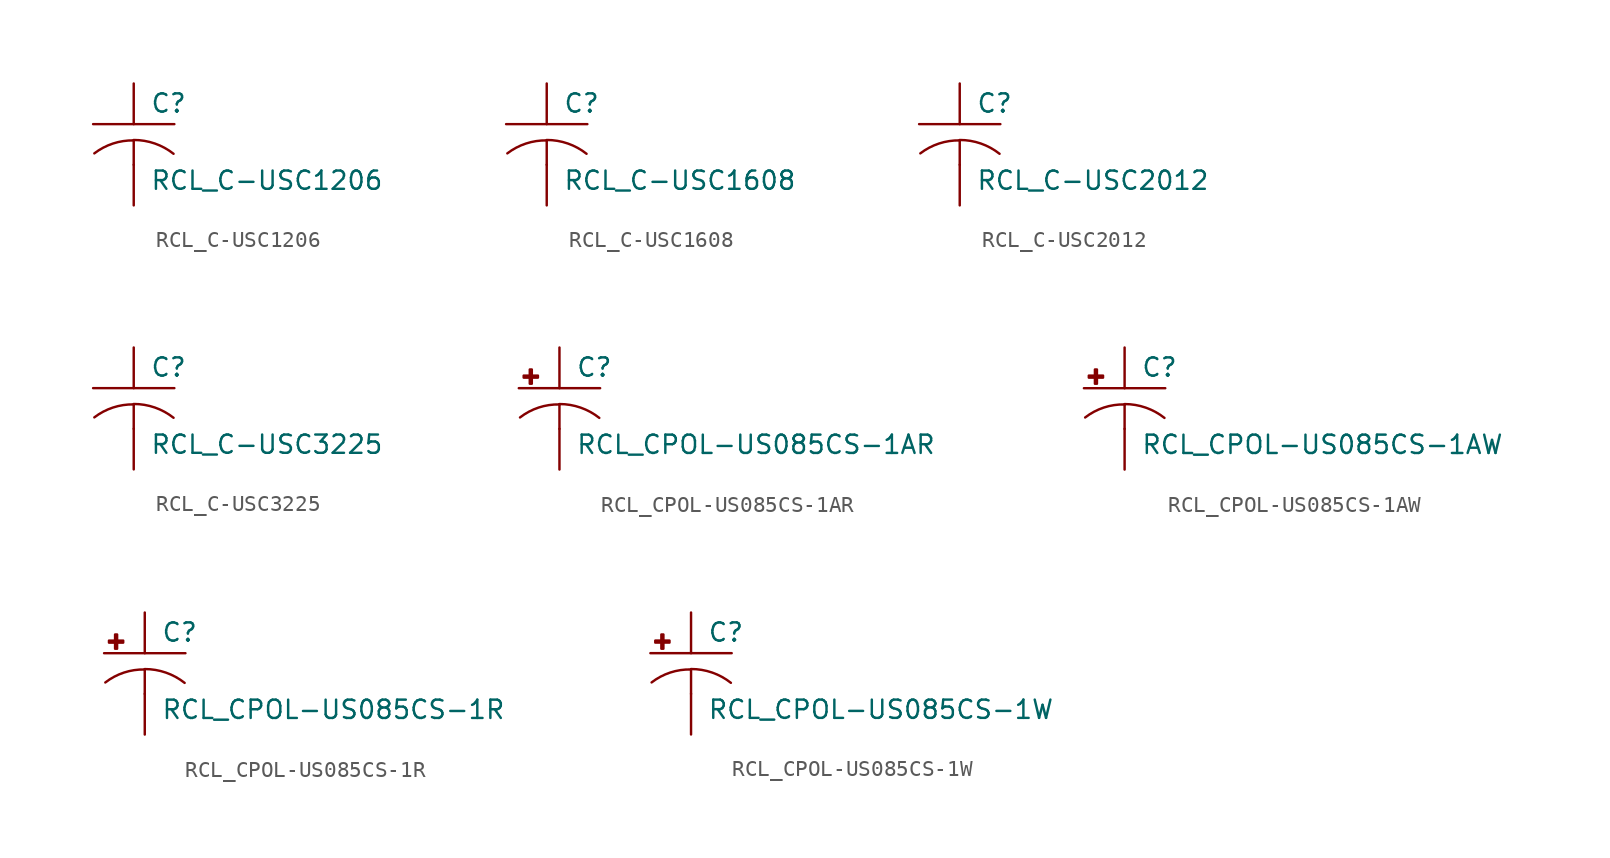
<source format=kicad_sym>
(kicad_symbol_lib
  (version 20210619)
  (generator kicad_symbol_editor)
  (symbol "RCL_C-USC1206"
    (pin_numbers hide)
    (pin_names
      (offset 1.016) hide)
    (property "Reference" "C"
      (at 1.016 0.635 0)
      (effects (font (size 1.143 1.143)) (justify left bottom)))
    (property "Value" "RCL_C-USC1206"
      (at 1.016 -4.191 0)
      (effects (font (size 1.143 1.143)) (justify left bottom)))
    (property "ki_locked" ""
      (at 0 0 0)
      (effects (font (size 1.27 1.27))))
    (symbol "RCL_C-USC1206_1_0"
      (polyline (pts (xy -2.54 0) (xy 2.54 0)) (stroke (width 0)) (fill (type none)))
      (polyline (pts (xy 0 -1.016) (xy 0 -2.54)) (stroke (width 0)) (fill (type none)))
      (polyline (pts (xy 0 -1.016) (xy 0 -1.016)) (stroke (width 0)) (fill (type none))))
    (symbol "RCL_C-USC1206_1_1"
      (arc (start 0 -1.016) (end -2.4638 -1.8288) (radius (at 0 -5.08) (length 4.0386) (angles 90.1 127.3)) (stroke (width 0)) (fill (type none)))
      (arc (start 2.4892 -1.8542) (end 0 -0.9906) (radius (at 0 -5.0292) (length 4.0386) (angles 52.3 89.9)) (stroke (width 0)) (fill (type none)))
      (pin passive line (at 0 2.54 270) (length 2.54) (name "1" (effects (font (size 1.016 1.016)))) (number "1" (effects (font (size 1.016 1.016)))))
      (pin passive line (at 0 -5.08 90) (length 2.54) (name "2" (effects (font (size 1.016 1.016)))) (number "2" (effects (font (size 1.016 1.016)))))))
  (symbol "RCL_C-USC1608"
    (pin_numbers hide)
    (pin_names
      (offset 1.016) hide)
    (property "Reference" "C"
      (at 1.016 0.635 0)
      (effects (font (size 1.143 1.143)) (justify left bottom)))
    (property "Value" "RCL_C-USC1608"
      (at 1.016 -4.191 0)
      (effects (font (size 1.143 1.143)) (justify left bottom)))
    (property "ki_locked" ""
      (at 0 0 0)
      (effects (font (size 1.27 1.27))))
    (symbol "RCL_C-USC1608_1_0"
      (polyline (pts (xy -2.54 0) (xy 2.54 0)) (stroke (width 0)) (fill (type none)))
      (polyline (pts (xy 0 -1.016) (xy 0 -2.54)) (stroke (width 0)) (fill (type none)))
      (polyline (pts (xy 0 -1.016) (xy 0 -1.016)) (stroke (width 0)) (fill (type none))))
    (symbol "RCL_C-USC1608_1_1"
      (arc (start 0 -1.016) (end -2.4638 -1.8288) (radius (at 0 -5.08) (length 4.0386) (angles 90.1 127.3)) (stroke (width 0)) (fill (type none)))
      (arc (start 2.4892 -1.8542) (end 0 -0.9906) (radius (at 0 -5.0292) (length 4.0386) (angles 52.3 89.9)) (stroke (width 0)) (fill (type none)))
      (pin passive line (at 0 2.54 270) (length 2.54) (name "1" (effects (font (size 1.016 1.016)))) (number "1" (effects (font (size 1.016 1.016)))))
      (pin passive line (at 0 -5.08 90) (length 2.54) (name "2" (effects (font (size 1.016 1.016)))) (number "2" (effects (font (size 1.016 1.016)))))))
  (symbol "RCL_C-USC2012"
    (pin_numbers hide)
    (pin_names
      (offset 1.016) hide)
    (property "Reference" "C"
      (at 1.016 0.635 0)
      (effects (font (size 1.143 1.143)) (justify left bottom)))
    (property "Value" "RCL_C-USC2012"
      (at 1.016 -4.191 0)
      (effects (font (size 1.143 1.143)) (justify left bottom)))
    (property "ki_locked" ""
      (at 0 0 0)
      (effects (font (size 1.27 1.27))))
    (symbol "RCL_C-USC2012_1_0"
      (polyline (pts (xy -2.54 0) (xy 2.54 0)) (stroke (width 0)) (fill (type none)))
      (polyline (pts (xy 0 -1.016) (xy 0 -2.54)) (stroke (width 0)) (fill (type none)))
      (polyline (pts (xy 0 -1.016) (xy 0 -1.016)) (stroke (width 0)) (fill (type none))))
    (symbol "RCL_C-USC2012_1_1"
      (arc (start 0 -1.016) (end -2.4638 -1.8288) (radius (at 0 -5.08) (length 4.0386) (angles 90.1 127.3)) (stroke (width 0)) (fill (type none)))
      (arc (start 2.4892 -1.8542) (end 0 -0.9906) (radius (at 0 -5.0292) (length 4.0386) (angles 52.3 89.9)) (stroke (width 0)) (fill (type none)))
      (pin passive line (at 0 2.54 270) (length 2.54) (name "1" (effects (font (size 1.016 1.016)))) (number "1" (effects (font (size 1.016 1.016)))))
      (pin passive line (at 0 -5.08 90) (length 2.54) (name "2" (effects (font (size 1.016 1.016)))) (number "2" (effects (font (size 1.016 1.016)))))))
  (symbol "RCL_C-USC3225"
    (pin_numbers hide)
    (pin_names
      (offset 1.016) hide)
    (property "Reference" "C"
      (at 1.016 0.635 0)
      (effects (font (size 1.143 1.143)) (justify left bottom)))
    (property "Value" "RCL_C-USC3225"
      (at 1.016 -4.191 0)
      (effects (font (size 1.143 1.143)) (justify left bottom)))
    (property "ki_locked" ""
      (at 0 0 0)
      (effects (font (size 1.27 1.27))))
    (symbol "RCL_C-USC3225_1_0"
      (polyline (pts (xy -2.54 0) (xy 2.54 0)) (stroke (width 0)) (fill (type none)))
      (polyline (pts (xy 0 -1.016) (xy 0 -2.54)) (stroke (width 0)) (fill (type none)))
      (polyline (pts (xy 0 -1.016) (xy 0 -1.016)) (stroke (width 0)) (fill (type none))))
    (symbol "RCL_C-USC3225_1_1"
      (arc (start 0 -1.016) (end -2.4638 -1.8288) (radius (at 0 -5.08) (length 4.0386) (angles 90.1 127.3)) (stroke (width 0)) (fill (type none)))
      (arc (start 2.4892 -1.8542) (end 0 -0.9906) (radius (at 0 -5.0292) (length 4.0386) (angles 52.3 89.9)) (stroke (width 0)) (fill (type none)))
      (pin passive line (at 0 2.54 270) (length 2.54) (name "1" (effects (font (size 1.016 1.016)))) (number "1" (effects (font (size 1.016 1.016)))))
      (pin passive line (at 0 -5.08 90) (length 2.54) (name "2" (effects (font (size 1.016 1.016)))) (number "2" (effects (font (size 1.016 1.016)))))))
  (symbol "RCL_CPOL-US085CS-1AR"
    (pin_numbers hide)
    (pin_names
      (offset 1.016) hide)
    (property "Reference" "C"
      (at 1.016 0.635 0)
      (effects (font (size 1.143 1.143)) (justify left bottom)))
    (property "Value" "RCL_CPOL-US085CS-1AR"
      (at 1.016 -4.191 0)
      (effects (font (size 1.143 1.143)) (justify left bottom)))
    (property "ki_locked" ""
      (at 0 0 0)
      (effects (font (size 1.27 1.27))))
    (symbol "RCL_CPOL-US085CS-1AR_1_0"
      (polyline (pts (xy -2.54 0) (xy 2.54 0)) (stroke (width 0)) (fill (type none)))
      (polyline (pts (xy 0 -1.016) (xy 0 -2.54)) (stroke (width 0)) (fill (type none)))
      (polyline (pts (xy 0 -1.016) (xy 0 -1.016)) (stroke (width 0)) (fill (type none))))
    (symbol "RCL_CPOL-US085CS-1AR_1_1"
      (arc (start 0 -1.016) (end -2.4638 -1.8288) (radius (at 0 -5.0546) (length 4.0386) (angles 90.1 127.3)) (stroke (width 0)) (fill (type none)))
      (arc (start 2.4892 -1.8542) (end 0 -0.9906) (radius (at 0 -5.0292) (length 4.0386) (angles 52.3 89.9)) (stroke (width 0)) (fill (type none)))
      (rectangle (start -2.235 0.66) (end -1.346 0.787) (stroke (width 0)) (fill (type outline)))
      (rectangle (start -1.854 0.279) (end -1.727 1.168) (stroke (width 0)) (fill (type outline)))
      (pin passive line (at 0 2.54 270) (length 2.54) (name "+" (effects (font (size 1.016 1.016)))) (number "+" (effects (font (size 1.016 1.016)))))
      (pin passive line (at 0 -5.08 90) (length 2.54) (name "-" (effects (font (size 1.016 1.016)))) (number "-" (effects (font (size 1.016 1.016)))))))
  (symbol "RCL_CPOL-US085CS-1AW"
    (pin_numbers hide)
    (pin_names
      (offset 1.016) hide)
    (property "Reference" "C"
      (at 1.016 0.635 0)
      (effects (font (size 1.143 1.143)) (justify left bottom)))
    (property "Value" "RCL_CPOL-US085CS-1AW"
      (at 1.016 -4.191 0)
      (effects (font (size 1.143 1.143)) (justify left bottom)))
    (property "ki_locked" ""
      (at 0 0 0)
      (effects (font (size 1.27 1.27))))
    (symbol "RCL_CPOL-US085CS-1AW_1_0"
      (polyline (pts (xy -2.54 0) (xy 2.54 0)) (stroke (width 0)) (fill (type none)))
      (polyline (pts (xy 0 -1.016) (xy 0 -2.54)) (stroke (width 0)) (fill (type none)))
      (polyline (pts (xy 0 -1.016) (xy 0 -1.016)) (stroke (width 0)) (fill (type none))))
    (symbol "RCL_CPOL-US085CS-1AW_1_1"
      (arc (start 0 -1.016) (end -2.4638 -1.8288) (radius (at 0 -5.0546) (length 4.0386) (angles 90.1 127.3)) (stroke (width 0)) (fill (type none)))
      (arc (start 2.4892 -1.8542) (end 0 -0.9906) (radius (at 0 -5.0292) (length 4.0386) (angles 52.3 89.9)) (stroke (width 0)) (fill (type none)))
      (rectangle (start -2.235 0.66) (end -1.346 0.787) (stroke (width 0)) (fill (type outline)))
      (rectangle (start -1.854 0.279) (end -1.727 1.168) (stroke (width 0)) (fill (type outline)))
      (pin passive line (at 0 2.54 270) (length 2.54) (name "+" (effects (font (size 1.016 1.016)))) (number "+" (effects (font (size 1.016 1.016)))))
      (pin passive line (at 0 -5.08 90) (length 2.54) (name "-" (effects (font (size 1.016 1.016)))) (number "-" (effects (font (size 1.016 1.016)))))))
  (symbol "RCL_CPOL-US085CS-1R"
    (pin_numbers hide)
    (pin_names
      (offset 1.016) hide)
    (property "Reference" "C"
      (at 1.016 0.635 0)
      (effects (font (size 1.143 1.143)) (justify left bottom)))
    (property "Value" "RCL_CPOL-US085CS-1R"
      (at 1.016 -4.191 0)
      (effects (font (size 1.143 1.143)) (justify left bottom)))
    (property "ki_locked" ""
      (at 0 0 0)
      (effects (font (size 1.27 1.27))))
    (symbol "RCL_CPOL-US085CS-1R_1_0"
      (polyline (pts (xy -2.54 0) (xy 2.54 0)) (stroke (width 0)) (fill (type none)))
      (polyline (pts (xy 0 -1.016) (xy 0 -2.54)) (stroke (width 0)) (fill (type none)))
      (polyline (pts (xy 0 -1.016) (xy 0 -1.016)) (stroke (width 0)) (fill (type none))))
    (symbol "RCL_CPOL-US085CS-1R_1_1"
      (arc (start 0 -1.016) (end -2.4638 -1.8288) (radius (at 0 -5.0546) (length 4.0386) (angles 90.1 127.3)) (stroke (width 0)) (fill (type none)))
      (arc (start 2.4892 -1.8542) (end 0 -0.9906) (radius (at 0 -5.0292) (length 4.0386) (angles 52.3 89.9)) (stroke (width 0)) (fill (type none)))
      (rectangle (start -2.235 0.66) (end -1.346 0.787) (stroke (width 0)) (fill (type outline)))
      (rectangle (start -1.854 0.279) (end -1.727 1.168) (stroke (width 0)) (fill (type outline)))
      (pin passive line (at 0 2.54 270) (length 2.54) (name "+" (effects (font (size 1.016 1.016)))) (number "+" (effects (font (size 1.016 1.016)))))
      (pin passive line (at 0 -5.08 90) (length 2.54) (name "-" (effects (font (size 1.016 1.016)))) (number "-" (effects (font (size 1.016 1.016)))))))
  (symbol "RCL_CPOL-US085CS-1W"
    (pin_numbers hide)
    (pin_names
      (offset 1.016) hide)
    (property "Reference" "C"
      (at 1.016 0.635 0)
      (effects (font (size 1.143 1.143)) (justify left bottom)))
    (property "Value" "RCL_CPOL-US085CS-1W"
      (at 1.016 -4.191 0)
      (effects (font (size 1.143 1.143)) (justify left bottom)))
    (property "ki_locked" ""
      (at 0 0 0)
      (effects (font (size 1.27 1.27))))
    (symbol "RCL_CPOL-US085CS-1W_1_0"
      (polyline (pts (xy -2.54 0) (xy 2.54 0)) (stroke (width 0)) (fill (type none)))
      (polyline (pts (xy 0 -1.016) (xy 0 -2.54)) (stroke (width 0)) (fill (type none)))
      (polyline (pts (xy 0 -1.016) (xy 0 -1.016)) (stroke (width 0)) (fill (type none))))
    (symbol "RCL_CPOL-US085CS-1W_1_1"
      (arc (start 0 -1.016) (end -2.4638 -1.8288) (radius (at 0 -5.0546) (length 4.0386) (angles 90.1 127.3)) (stroke (width 0)) (fill (type none)))
      (arc (start 2.4892 -1.8542) (end 0 -0.9906) (radius (at 0 -5.0292) (length 4.0386) (angles 52.3 89.9)) (stroke (width 0)) (fill (type none)))
      (rectangle (start -2.235 0.66) (end -1.346 0.787) (stroke (width 0)) (fill (type outline)))
      (rectangle (start -1.854 0.279) (end -1.727 1.168) (stroke (width 0)) (fill (type outline)))
      (pin passive line (at 0 2.54 270) (length 2.54) (name "+" (effects (font (size 1.016 1.016)))) (number "+" (effects (font (size 1.016 1.016)))))
      (pin passive line (at 0 -5.08 90) (length 2.54) (name "-" (effects (font (size 1.016 1.016)))) (number "-" (effects (font (size 1.016 1.016))))))))
</source>
